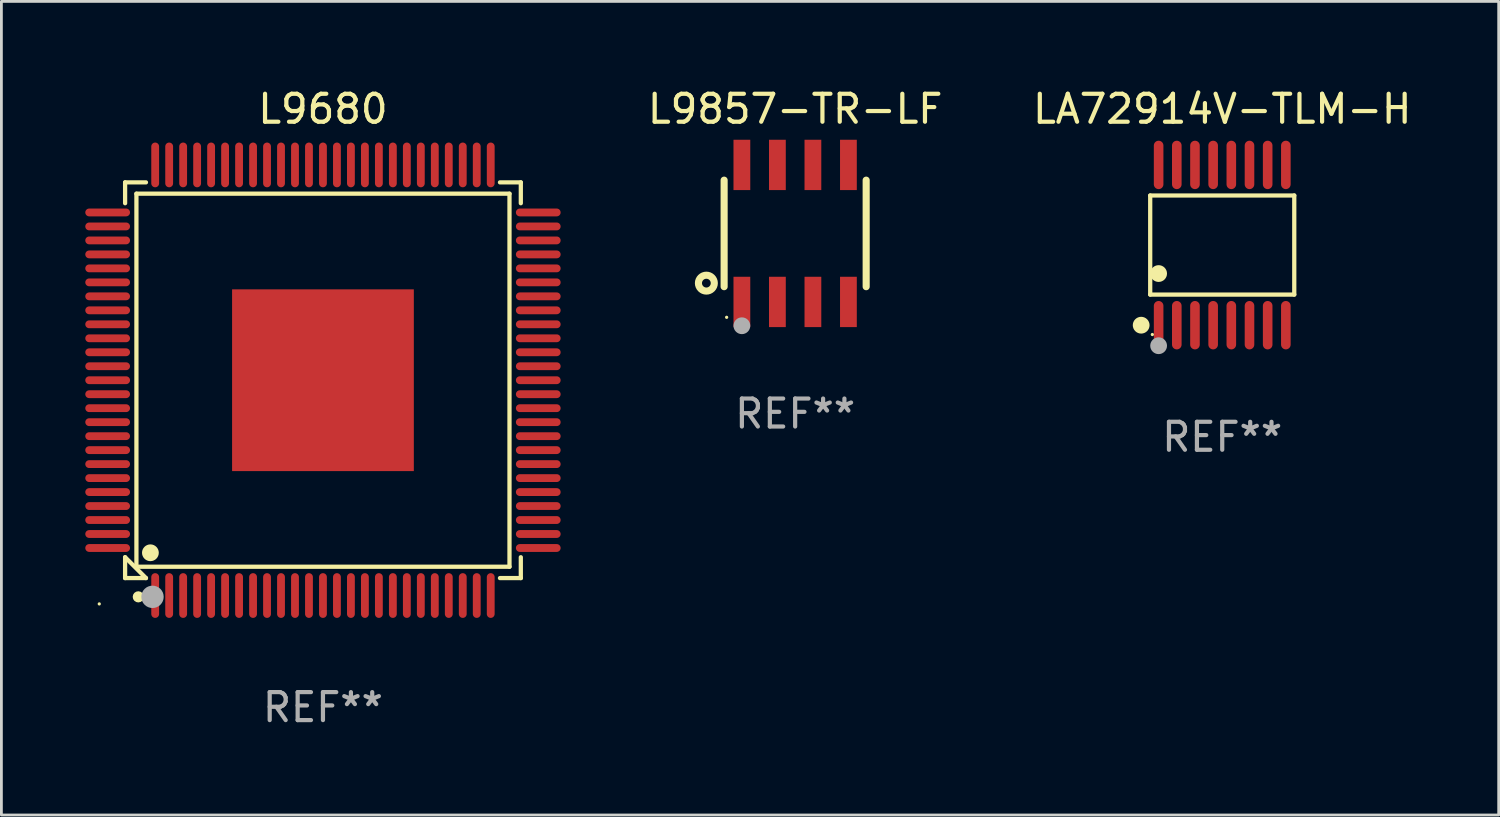
<source format=kicad_pcb>
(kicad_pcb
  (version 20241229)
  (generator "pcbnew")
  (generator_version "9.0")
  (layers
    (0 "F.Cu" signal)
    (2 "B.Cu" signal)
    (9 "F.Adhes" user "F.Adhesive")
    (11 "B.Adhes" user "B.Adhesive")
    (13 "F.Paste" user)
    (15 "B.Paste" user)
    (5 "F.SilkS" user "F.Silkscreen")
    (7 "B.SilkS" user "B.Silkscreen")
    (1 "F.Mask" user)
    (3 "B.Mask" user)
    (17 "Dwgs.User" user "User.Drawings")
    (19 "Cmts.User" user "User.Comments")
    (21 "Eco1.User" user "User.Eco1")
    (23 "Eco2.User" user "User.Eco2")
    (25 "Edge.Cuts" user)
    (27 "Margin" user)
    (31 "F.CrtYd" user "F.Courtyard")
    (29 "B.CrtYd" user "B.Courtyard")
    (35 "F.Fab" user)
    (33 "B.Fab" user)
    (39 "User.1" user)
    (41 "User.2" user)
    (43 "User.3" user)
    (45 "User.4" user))
  (footprint "LA72914V-TLM-H"
    (layer "F.Cu")
    (at 40.661 5.714)
    (property "Reference" "LA72914V-TLM-H" (at 0 -4.866 0) (layer "F.SilkS") (effects (font (size 1 1) (thickness 0.15))))
    (attr through_hole)
    (fp_line (start -2.576 -1.772) (end 2.576 -1.772) (stroke (width 0.152) (type solid)) (layer "F.SilkS"))
    (fp_line (start -2.576 1.771) (end -2.576 -1.772) (stroke (width 0.152) (type solid)) (layer "F.SilkS"))
    (fp_line (start 2.576 -1.772) (end 2.576 1.771) (stroke (width 0.152) (type solid)) (layer "F.SilkS"))
    (fp_line (start 2.576 1.771) (end -2.576 1.771) (stroke (width 0.152) (type solid)) (layer "F.SilkS"))
    (fp_circle (center -2.899 2.866) (end -2.749 2.866) (stroke (width 0.3) (type solid)) (fill no) (layer "F.SilkS"))
    (fp_circle (center -2.5 3.2) (end -2.47 3.2) (stroke (width 0.06) (type solid)) (fill no) (layer "F.SilkS"))
    (fp_circle (center -2.275 1.019) (end -2.125 1.019) (stroke (width 0.3) (type solid)) (fill no) (layer "F.SilkS"))
    (fp_circle (center -2.275 3.6) (end -2.125 3.6) (stroke (width 0.3) (type solid)) (fill no) (layer "F.Fab"))
    (fp_text user "REF**" (at 0 6.866 0) (layer "F.Fab") (effects (font (size 1 1) (thickness 0.15))))
    (pad "1" smd oval (at -2.275 2.866) (size 0.343 1.731) (layers "F.Cu" "F.Mask" "F.Paste"))
    (pad "2" smd oval (at -1.625 2.866) (size 0.343 1.731) (layers "F.Cu" "F.Mask" "F.Paste"))
    (pad "3" smd oval (at -0.975 2.866) (size 0.343 1.731) (layers "F.Cu" "F.Mask" "F.Paste"))
    (pad "4" smd oval (at -0.325 2.866) (size 0.343 1.731) (layers "F.Cu" "F.Mask" "F.Paste"))
    (pad "5" smd oval (at 0.325 2.866) (size 0.343 1.731) (layers "F.Cu" "F.Mask" "F.Paste"))
    (pad "6" smd oval (at 0.975 2.866) (size 0.343 1.731) (layers "F.Cu" "F.Mask" "F.Paste"))
    (pad "7" smd oval (at 1.625 2.866) (size 0.343 1.731) (layers "F.Cu" "F.Mask" "F.Paste"))
    (pad "8" smd oval (at 2.275 2.866) (size 0.343 1.731) (layers "F.Cu" "F.Mask" "F.Paste"))
    (pad "9" smd oval (at 2.275 -2.866) (size 0.343 1.731) (layers "F.Cu" "F.Mask" "F.Paste"))
    (pad "10" smd oval (at 1.625 -2.866) (size 0.343 1.731) (layers "F.Cu" "F.Mask" "F.Paste"))
    (pad "11" smd oval (at 0.975 -2.866) (size 0.343 1.731) (layers "F.Cu" "F.Mask" "F.Paste"))
    (pad "12" smd oval (at 0.325 -2.866) (size 0.343 1.731) (layers "F.Cu" "F.Mask" "F.Paste"))
    (pad "13" smd oval (at -0.325 -2.866) (size 0.343 1.731) (layers "F.Cu" "F.Mask" "F.Paste"))
    (pad "14" smd oval (at -0.975 -2.866) (size 0.343 1.731) (layers "F.Cu" "F.Mask" "F.Paste"))
    (pad "15" smd oval (at -1.625 -2.866) (size 0.343 1.731) (layers "F.Cu" "F.Mask" "F.Paste"))
    (pad "16" smd oval (at -2.275 -2.866) (size 0.343 1.731) (layers "F.Cu" "F.Mask" "F.Paste")))
  (footprint "L9680"
    (layer "F.Cu")
    (at 8.5 10.548)
    (property "Reference" "L9680" (at 0 -9.7 0) (layer "F.SilkS") (effects (font (size 1 1) (thickness 0.15))))
    (attr through_hole)
    (fp_line (start -7.076 -7.076) (end -6.33 -7.076) (stroke (width 0.152) (type solid)) (layer "F.SilkS"))
    (fp_line (start -7.076 -6.33) (end -7.076 -7.076) (stroke (width 0.152) (type solid)) (layer "F.SilkS"))
    (fp_line (start -7.076 6.33) (end -7.076 7.076) (stroke (width 0.152) (type solid)) (layer "F.SilkS"))
    (fp_line (start -7.076 7.076) (end -6.33 7.076) (stroke (width 0.152) (type solid)) (layer "F.SilkS"))
    (fp_line (start -6.671 -6.671) (end 6.671 -6.671) (stroke (width 0.152) (type solid)) (layer "F.SilkS"))
    (fp_line (start -6.671 6.671) (end -6.671 -6.671) (stroke (width 0.152) (type solid)) (layer "F.SilkS"))
    (fp_line (start -6.33 7.076) (end -7.076 6.33) (stroke (width 0.152) (type solid)) (layer "F.SilkS"))
    (fp_line (start 6.671 -6.671) (end 6.671 6.671) (stroke (width 0.152) (type solid)) (layer "F.SilkS"))
    (fp_line (start 6.671 6.671) (end -6.671 6.671) (stroke (width 0.152) (type solid)) (layer "F.SilkS"))
    (fp_line (start 7.076 -7.076) (end 6.33 -7.076) (stroke (width 0.152) (type solid)) (layer "F.SilkS"))
    (fp_line (start 7.076 -6.33) (end 7.076 -7.076) (stroke (width 0.152) (type solid)) (layer "F.SilkS"))
    (fp_line (start 7.076 6.33) (end 7.076 7.076) (stroke (width 0.152) (type solid)) (layer "F.SilkS"))
    (fp_line (start 7.076 7.076) (end 6.33 7.076) (stroke (width 0.152) (type solid)) (layer "F.SilkS"))
    (fp_circle (center -8 8) (end -7.97 8) (stroke (width 0.06) (type solid)) (fill no) (layer "F.SilkS"))
    (fp_circle (center -6.604 7.747) (end -6.504 7.747) (stroke (width 0.2) (type solid)) (fill no) (layer "F.SilkS"))
    (fp_circle (center -6.171 6.171) (end -6.021 6.171) (stroke (width 0.3) (type solid)) (fill no) (layer "F.SilkS"))
    (fp_circle (center -6.096 7.747) (end -5.896 7.747) (stroke (width 0.4) (type solid)) (fill no) (layer "F.Fab"))
    (fp_text user "REF**" (at 0 11.7 0) (layer "F.Fab") (effects (font (size 1 1) (thickness 0.15))))
    (pad "1" smd oval (at -6 7.7) (size 0.28 1.6) (layers "F.Cu" "F.Mask" "F.Paste"))
    (pad "2" smd oval (at -5.5 7.7) (size 0.28 1.6) (layers "F.Cu" "F.Mask" "F.Paste"))
    (pad "3" smd oval (at -5 7.7) (size 0.28 1.6) (layers "F.Cu" "F.Mask" "F.Paste"))
    (pad "4" smd oval (at -4.5 7.7) (size 0.28 1.6) (layers "F.Cu" "F.Mask" "F.Paste"))
    (pad "5" smd oval (at -4 7.7) (size 0.28 1.6) (layers "F.Cu" "F.Mask" "F.Paste"))
    (pad "6" smd oval (at -3.5 7.7) (size 0.28 1.6) (layers "F.Cu" "F.Mask" "F.Paste"))
    (pad "7" smd oval (at -3 7.7) (size 0.28 1.6) (layers "F.Cu" "F.Mask" "F.Paste"))
    (pad "8" smd oval (at -2.5 7.7) (size 0.28 1.6) (layers "F.Cu" "F.Mask" "F.Paste"))
    (pad "9" smd oval (at -2 7.7) (size 0.28 1.6) (layers "F.Cu" "F.Mask" "F.Paste"))
    (pad "10" smd oval (at -1.5 7.7) (size 0.28 1.6) (layers "F.Cu" "F.Mask" "F.Paste"))
    (pad "11" smd oval (at -1 7.7) (size 0.28 1.6) (layers "F.Cu" "F.Mask" "F.Paste"))
    (pad "12" smd oval (at -0.5 7.7) (size 0.28 1.6) (layers "F.Cu" "F.Mask" "F.Paste"))
    (pad "13" smd oval (at 0 7.7) (size 0.28 1.6) (layers "F.Cu" "F.Mask" "F.Paste"))
    (pad "14" smd oval (at 0.5 7.7) (size 0.28 1.6) (layers "F.Cu" "F.Mask" "F.Paste"))
    (pad "15" smd oval (at 1 7.7) (size 0.28 1.6) (layers "F.Cu" "F.Mask" "F.Paste"))
    (pad "16" smd oval (at 1.5 7.7) (size 0.28 1.6) (layers "F.Cu" "F.Mask" "F.Paste"))
    (pad "17" smd oval (at 2 7.7) (size 0.28 1.6) (layers "F.Cu" "F.Mask" "F.Paste"))
    (pad "18" smd oval (at 2.5 7.7) (size 0.28 1.6) (layers "F.Cu" "F.Mask" "F.Paste"))
    (pad "19" smd oval (at 3 7.7) (size 0.28 1.6) (layers "F.Cu" "F.Mask" "F.Paste"))
    (pad "20" smd oval (at 3.5 7.7) (size 0.28 1.6) (layers "F.Cu" "F.Mask" "F.Paste"))
    (pad "21" smd oval (at 4 7.7) (size 0.28 1.6) (layers "F.Cu" "F.Mask" "F.Paste"))
    (pad "22" smd oval (at 4.5 7.7) (size 0.28 1.6) (layers "F.Cu" "F.Mask" "F.Paste"))
    (pad "23" smd oval (at 5 7.7) (size 0.28 1.6) (layers "F.Cu" "F.Mask" "F.Paste"))
    (pad "24" smd oval (at 5.5 7.7) (size 0.28 1.6) (layers "F.Cu" "F.Mask" "F.Paste"))
    (pad "25" smd oval (at 6 7.7) (size 0.28 1.6) (layers "F.Cu" "F.Mask" "F.Paste"))
    (pad "26" smd oval (at 7.7 6) (size 1.6 0.28) (layers "F.Cu" "F.Mask" "F.Paste"))
    (pad "27" smd oval (at 7.7 5.5) (size 1.6 0.28) (layers "F.Cu" "F.Mask" "F.Paste"))
    (pad "28" smd oval (at 7.7 5) (size 1.6 0.28) (layers "F.Cu" "F.Mask" "F.Paste"))
    (pad "29" smd oval (at 7.7 4.5) (size 1.6 0.28) (layers "F.Cu" "F.Mask" "F.Paste"))
    (pad "30" smd oval (at 7.7 4) (size 1.6 0.28) (layers "F.Cu" "F.Mask" "F.Paste"))
    (pad "31" smd oval (at 7.7 3.5) (size 1.6 0.28) (layers "F.Cu" "F.Mask" "F.Paste"))
    (pad "32" smd oval (at 7.7 3) (size 1.6 0.28) (layers "F.Cu" "F.Mask" "F.Paste"))
    (pad "33" smd oval (at 7.7 2.5) (size 1.6 0.28) (layers "F.Cu" "F.Mask" "F.Paste"))
    (pad "34" smd oval (at 7.7 2) (size 1.6 0.28) (layers "F.Cu" "F.Mask" "F.Paste"))
    (pad "35" smd oval (at 7.7 1.5) (size 1.6 0.28) (layers "F.Cu" "F.Mask" "F.Paste"))
    (pad "36" smd oval (at 7.7 1) (size 1.6 0.28) (layers "F.Cu" "F.Mask" "F.Paste"))
    (pad "37" smd oval (at 7.7 0.5) (size 1.6 0.28) (layers "F.Cu" "F.Mask" "F.Paste"))
    (pad "38" smd oval (at 7.7 0) (size 1.6 0.28) (layers "F.Cu" "F.Mask" "F.Paste"))
    (pad "39" smd oval (at 7.7 -0.5) (size 1.6 0.28) (layers "F.Cu" "F.Mask" "F.Paste"))
    (pad "40" smd oval (at 7.7 -1) (size 1.6 0.28) (layers "F.Cu" "F.Mask" "F.Paste"))
    (pad "41" smd oval (at 7.7 -1.5) (size 1.6 0.28) (layers "F.Cu" "F.Mask" "F.Paste"))
    (pad "42" smd oval (at 7.7 -2) (size 1.6 0.28) (layers "F.Cu" "F.Mask" "F.Paste"))
    (pad "43" smd oval (at 7.7 -2.5) (size 1.6 0.28) (layers "F.Cu" "F.Mask" "F.Paste"))
    (pad "44" smd oval (at 7.7 -3) (size 1.6 0.28) (layers "F.Cu" "F.Mask" "F.Paste"))
    (pad "45" smd oval (at 7.7 -3.5) (size 1.6 0.28) (layers "F.Cu" "F.Mask" "F.Paste"))
    (pad "46" smd oval (at 7.7 -4) (size 1.6 0.28) (layers "F.Cu" "F.Mask" "F.Paste"))
    (pad "47" smd oval (at 7.7 -4.5) (size 1.6 0.28) (layers "F.Cu" "F.Mask" "F.Paste"))
    (pad "48" smd oval (at 7.7 -5) (size 1.6 0.28) (layers "F.Cu" "F.Mask" "F.Paste"))
    (pad "49" smd oval (at 7.7 -5.5) (size 1.6 0.28) (layers "F.Cu" "F.Mask" "F.Paste"))
    (pad "50" smd oval (at 7.7 -6) (size 1.6 0.28) (layers "F.Cu" "F.Mask" "F.Paste"))
    (pad "51" smd oval (at 6 -7.7) (size 0.28 1.6) (layers "F.Cu" "F.Mask" "F.Paste"))
    (pad "52" smd oval (at 5.5 -7.7) (size 0.28 1.6) (layers "F.Cu" "F.Mask" "F.Paste"))
    (pad "53" smd oval (at 5 -7.7) (size 0.28 1.6) (layers "F.Cu" "F.Mask" "F.Paste"))
    (pad "54" smd oval (at 4.5 -7.7) (size 0.28 1.6) (layers "F.Cu" "F.Mask" "F.Paste"))
    (pad "55" smd oval (at 4 -7.7) (size 0.28 1.6) (layers "F.Cu" "F.Mask" "F.Paste"))
    (pad "56" smd oval (at 3.5 -7.7) (size 0.28 1.6) (layers "F.Cu" "F.Mask" "F.Paste"))
    (pad "57" smd oval (at 3 -7.7) (size 0.28 1.6) (layers "F.Cu" "F.Mask" "F.Paste"))
    (pad "58" smd oval (at 2.5 -7.7) (size 0.28 1.6) (layers "F.Cu" "F.Mask" "F.Paste"))
    (pad "59" smd oval (at 2 -7.7) (size 0.28 1.6) (layers "F.Cu" "F.Mask" "F.Paste"))
    (pad "60" smd oval (at 1.5 -7.7) (size 0.28 1.6) (layers "F.Cu" "F.Mask" "F.Paste"))
    (pad "61" smd oval (at 1 -7.7) (size 0.28 1.6) (layers "F.Cu" "F.Mask" "F.Paste"))
    (pad "62" smd oval (at 0.5 -7.7) (size 0.28 1.6) (layers "F.Cu" "F.Mask" "F.Paste"))
    (pad "63" smd oval (at 0 -7.7) (size 0.28 1.6) (layers "F.Cu" "F.Mask" "F.Paste"))
    (pad "64" smd oval (at -0.5 -7.7) (size 0.28 1.6) (layers "F.Cu" "F.Mask" "F.Paste"))
    (pad "65" smd oval (at -1 -7.7) (size 0.28 1.6) (layers "F.Cu" "F.Mask" "F.Paste"))
    (pad "66" smd oval (at -1.5 -7.7) (size 0.28 1.6) (layers "F.Cu" "F.Mask" "F.Paste"))
    (pad "67" smd oval (at -2 -7.7) (size 0.28 1.6) (layers "F.Cu" "F.Mask" "F.Paste"))
    (pad "68" smd oval (at -2.5 -7.7) (size 0.28 1.6) (layers "F.Cu" "F.Mask" "F.Paste"))
    (pad "69" smd oval (at -3 -7.7) (size 0.28 1.6) (layers "F.Cu" "F.Mask" "F.Paste"))
    (pad "70" smd oval (at -3.5 -7.7) (size 0.28 1.6) (layers "F.Cu" "F.Mask" "F.Paste"))
    (pad "71" smd oval (at -4 -7.7) (size 0.28 1.6) (layers "F.Cu" "F.Mask" "F.Paste"))
    (pad "72" smd oval (at -4.5 -7.7) (size 0.28 1.6) (layers "F.Cu" "F.Mask" "F.Paste"))
    (pad "73" smd oval (at -5 -7.7) (size 0.28 1.6) (layers "F.Cu" "F.Mask" "F.Paste"))
    (pad "74" smd oval (at -5.5 -7.7) (size 0.28 1.6) (layers "F.Cu" "F.Mask" "F.Paste"))
    (pad "75" smd oval (at -6 -7.7) (size 0.28 1.6) (layers "F.Cu" "F.Mask" "F.Paste"))
    (pad "76" smd oval (at -7.7 -6) (size 1.6 0.28) (layers "F.Cu" "F.Mask" "F.Paste"))
    (pad "77" smd oval (at -7.7 -5.5) (size 1.6 0.28) (layers "F.Cu" "F.Mask" "F.Paste"))
    (pad "78" smd oval (at -7.7 -5) (size 1.6 0.28) (layers "F.Cu" "F.Mask" "F.Paste"))
    (pad "79" smd oval (at -7.7 -4.5) (size 1.6 0.28) (layers "F.Cu" "F.Mask" "F.Paste"))
    (pad "80" smd oval (at -7.7 -4) (size 1.6 0.28) (layers "F.Cu" "F.Mask" "F.Paste"))
    (pad "81" smd oval (at -7.7 -3.5) (size 1.6 0.28) (layers "F.Cu" "F.Mask" "F.Paste"))
    (pad "82" smd oval (at -7.7 -3) (size 1.6 0.28) (layers "F.Cu" "F.Mask" "F.Paste"))
    (pad "83" smd oval (at -7.7 -2.5) (size 1.6 0.28) (layers "F.Cu" "F.Mask" "F.Paste"))
    (pad "84" smd oval (at -7.7 -2) (size 1.6 0.28) (layers "F.Cu" "F.Mask" "F.Paste"))
    (pad "85" smd oval (at -7.7 -1.5) (size 1.6 0.28) (layers "F.Cu" "F.Mask" "F.Paste"))
    (pad "86" smd oval (at -7.7 -1) (size 1.6 0.28) (layers "F.Cu" "F.Mask" "F.Paste"))
    (pad "87" smd oval (at -7.7 -0.5) (size 1.6 0.28) (layers "F.Cu" "F.Mask" "F.Paste"))
    (pad "88" smd oval (at -7.7 0) (size 1.6 0.28) (layers "F.Cu" "F.Mask" "F.Paste"))
    (pad "89" smd oval (at -7.7 0.5) (size 1.6 0.28) (layers "F.Cu" "F.Mask" "F.Paste"))
    (pad "90" smd oval (at -7.7 1) (size 1.6 0.28) (layers "F.Cu" "F.Mask" "F.Paste"))
    (pad "91" smd oval (at -7.7 1.5) (size 1.6 0.28) (layers "F.Cu" "F.Mask" "F.Paste"))
    (pad "92" smd oval (at -7.7 2) (size 1.6 0.28) (layers "F.Cu" "F.Mask" "F.Paste"))
    (pad "93" smd oval (at -7.7 2.5) (size 1.6 0.28) (layers "F.Cu" "F.Mask" "F.Paste"))
    (pad "94" smd oval (at -7.7 3) (size 1.6 0.28) (layers "F.Cu" "F.Mask" "F.Paste"))
    (pad "95" smd oval (at -7.7 3.5) (size 1.6 0.28) (layers "F.Cu" "F.Mask" "F.Paste"))
    (pad "96" smd oval (at -7.7 4) (size 1.6 0.28) (layers "F.Cu" "F.Mask" "F.Paste"))
    (pad "97" smd oval (at -7.7 4.5) (size 1.6 0.28) (layers "F.Cu" "F.Mask" "F.Paste"))
    (pad "98" smd oval (at -7.7 5) (size 1.6 0.28) (layers "F.Cu" "F.Mask" "F.Paste"))
    (pad "99" smd oval (at -7.7 5.5) (size 1.6 0.28) (layers "F.Cu" "F.Mask" "F.Paste"))
    (pad "100" smd oval (at -7.7 6) (size 1.6 0.28) (layers "F.Cu" "F.Mask" "F.Paste"))
    (pad "101" smd rect (at 0 0) (size 6.5 6.5) (layers "F.Cu" "F.Mask" "F.Paste")))
  (footprint "L9857-TR-LF"
    (layer "F.Cu")
    (at 25.387 5.298)
    (property "Reference" "L9857-TR-LF" (at 0 -4.45 0) (layer "F.SilkS") (effects (font (size 1 1) (thickness 0.15))))
    (attr through_hole)
    (fp_line (start -2.54 -1.905) (end -2.54 1.905) (stroke (width 0.254) (type solid)) (layer "F.SilkS"))
    (fp_line (start 2.54 -1.905) (end 2.54 1.905) (stroke (width 0.254) (type solid)) (layer "F.SilkS"))
    (fp_circle (center -3.175 1.778) (end -2.891 1.778) (stroke (width 0.254) (type solid)) (fill no) (layer "F.SilkS"))
    (fp_circle (center -2.45 3) (end -2.42 3) (stroke (width 0.06) (type solid)) (fill no) (layer "F.SilkS"))
    (fp_circle (center -1.905 3.302) (end -1.755 3.302) (stroke (width 0.3) (type solid)) (fill no) (layer "F.Fab"))
    (fp_text user "REF**" (at 0 6.45 0) (layer "F.Fab") (effects (font (size 1 1) (thickness 0.15))))
    (pad "1" smd rect (at -1.905 2.45) (size 0.6 1.8) (layers "F.Cu" "F.Mask" "F.Paste"))
    (pad "2" smd rect (at -0.635 2.45) (size 0.6 1.8) (layers "F.Cu" "F.Mask" "F.Paste"))
    (pad "3" smd rect (at 0.635 2.45) (size 0.6 1.8) (layers "F.Cu" "F.Mask" "F.Paste"))
    (pad "4" smd rect (at 1.905 2.45) (size 0.6 1.8) (layers "F.Cu" "F.Mask" "F.Paste"))
    (pad "5" smd rect (at 1.905 -2.45 180) (size 0.6 1.8) (layers "F.Cu" "F.Mask" "F.Paste"))
    (pad "6" smd rect (at 0.635 -2.45 180) (size 0.6 1.8) (layers "F.Cu" "F.Mask" "F.Paste"))
    (pad "7" smd rect (at -0.635 -2.45 180) (size 0.6 1.8) (layers "F.Cu" "F.Mask" "F.Paste"))
    (pad "8" smd rect (at -1.905 -2.45 180) (size 0.6 1.8) (layers "F.Cu" "F.Mask" "F.Paste")))
  (gr_rect
    (start -3 -3)
    (end 50.548 26.097)
    (stroke (width 0.1) (type default))
    (fill no)
    (layer "Edge.Cuts")))
</source>
